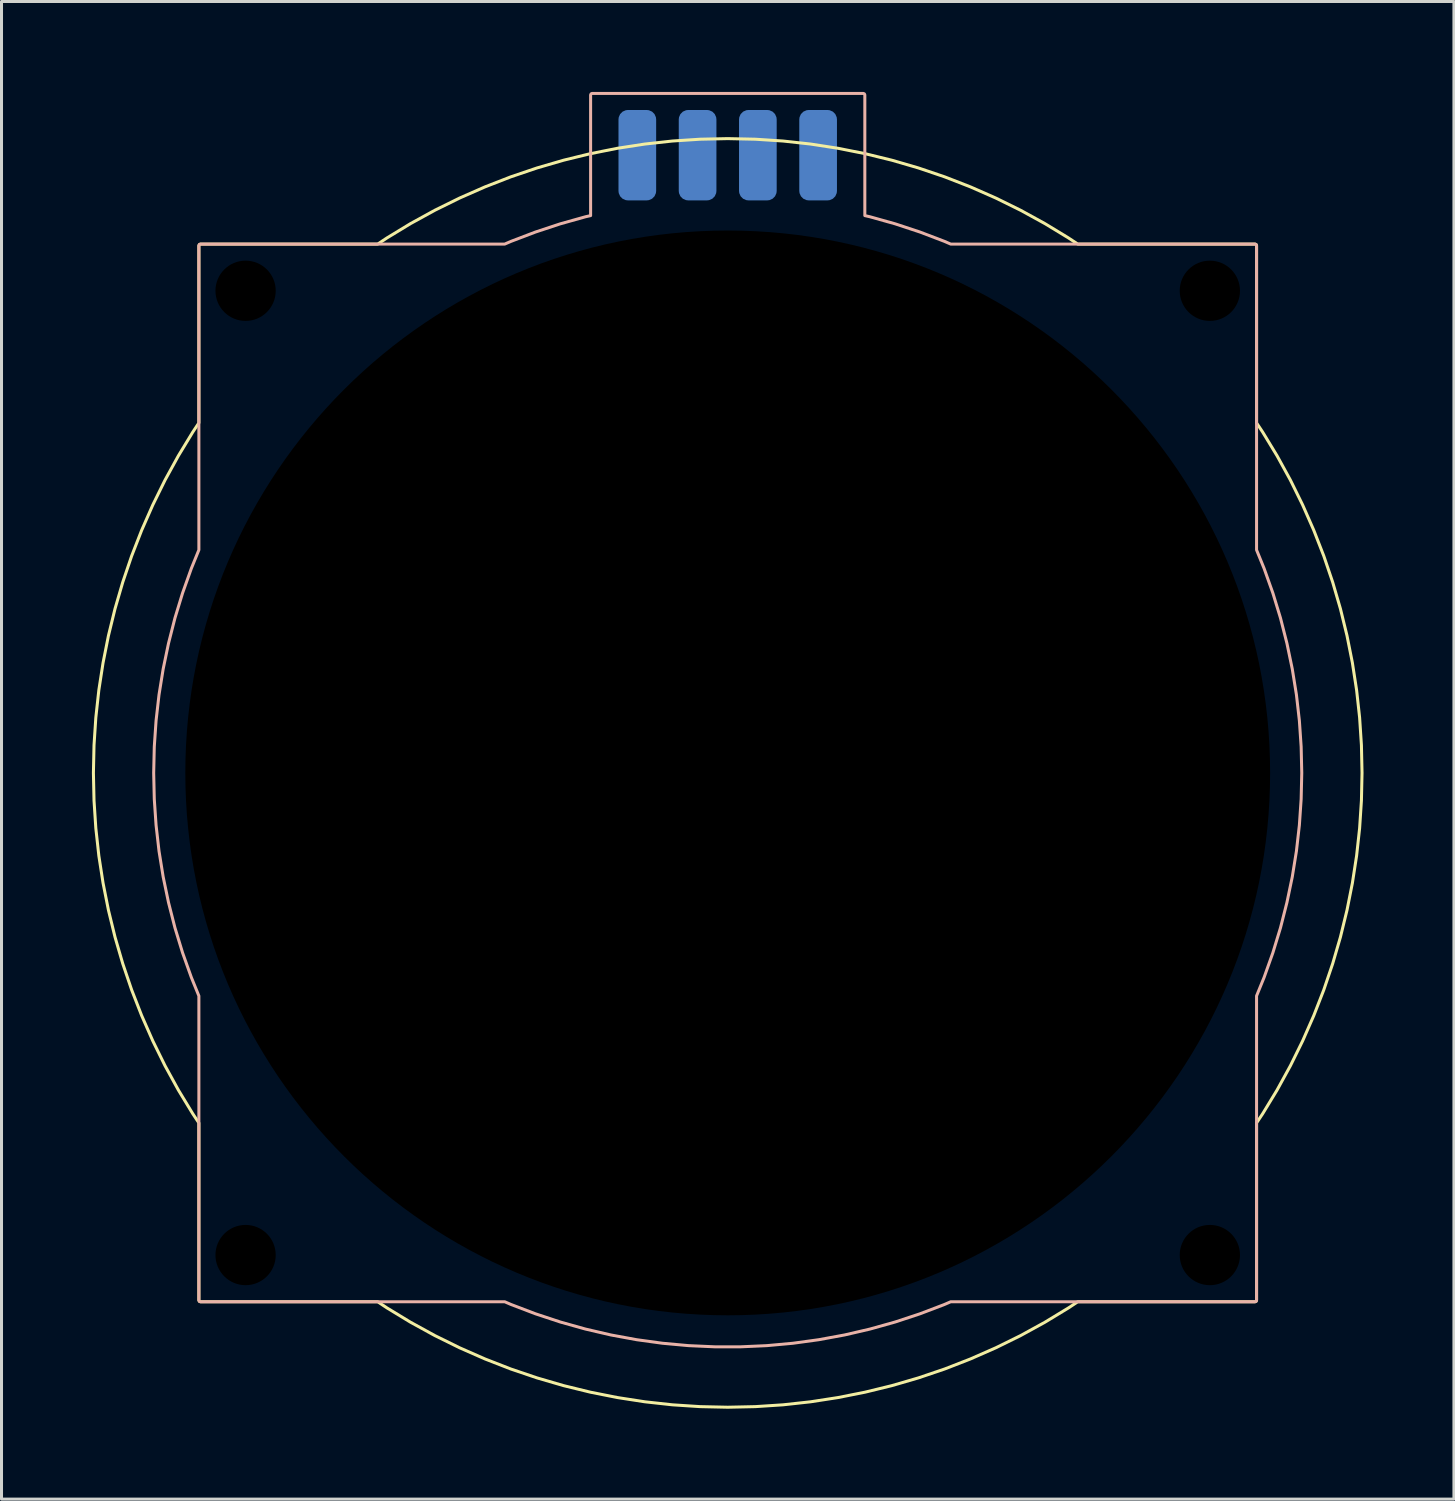
<source format=kicad_pcb>
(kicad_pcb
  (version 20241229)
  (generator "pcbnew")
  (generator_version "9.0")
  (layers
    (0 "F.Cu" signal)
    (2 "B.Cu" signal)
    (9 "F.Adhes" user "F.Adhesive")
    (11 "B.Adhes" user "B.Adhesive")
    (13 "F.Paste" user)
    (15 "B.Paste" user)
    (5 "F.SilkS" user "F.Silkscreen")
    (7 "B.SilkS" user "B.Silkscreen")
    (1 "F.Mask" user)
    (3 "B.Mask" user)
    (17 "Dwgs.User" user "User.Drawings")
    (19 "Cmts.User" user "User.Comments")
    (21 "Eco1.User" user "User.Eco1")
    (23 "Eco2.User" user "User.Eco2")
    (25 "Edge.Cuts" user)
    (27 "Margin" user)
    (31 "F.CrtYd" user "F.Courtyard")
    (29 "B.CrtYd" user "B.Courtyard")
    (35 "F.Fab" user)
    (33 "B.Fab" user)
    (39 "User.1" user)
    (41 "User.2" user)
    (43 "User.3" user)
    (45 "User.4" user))
  (footprint "cirque_40mm"
    (layer "F.Cu")
    (at 21.1 22.6)
    (property "Reference" "cirque_40mm" (at 0 -0.5 0) (unlocked yes) (layer "F.SilkS") (effects (font (size 1 1) (thickness 0.1))))
    (attr smd)
    (fp_poly (pts (xy 0.918 -21.03) (xy 1.835 -20.97) (xy 2.748 -20.87) (xy 3.655 -20.73) (xy 4.556 -20.551) (xy 5.448 -20.333) (xy 6.33 -20.076) (xy 7.2 -19.781) (xy 8.055 -19.448) (xy 8.896 -19.078) (xy 9.72 -18.672) (xy 10.525 -18.23) (xy 11.31 -17.753) (xy 11.615 -17.55) (xy 17.5 -17.55) (xy 17.535 -17.535) (xy 17.55 -17.5) (xy 17.55 -11.615) (xy 17.753 -11.31) (xy 18.23 -10.525) (xy 18.672 -9.72) (xy 19.078 -8.896) (xy 19.448 -8.055) (xy 19.781 -7.2) (xy 20.076 -6.33) (xy 20.333 -5.448) (xy 20.551 -4.556) (xy 20.73 -3.655) (xy 20.87 -2.748) (xy 20.97 -1.835) (xy 21.03 -0.918) (xy 21.05 0) (xy 21.03 0.918) (xy 20.97 1.835) (xy 20.87 2.748) (xy 20.73 3.655) (xy 20.551 4.556) (xy 20.333 5.448) (xy 20.076 6.33) (xy 19.781 7.2) (xy 19.448 8.055) (xy 19.078 8.896) (xy 18.672 9.72) (xy 18.23 10.525) (xy 17.753 11.31) (xy 17.55 11.615) (xy 17.55 17.5) (xy 17.535 17.535) (xy 17.5 17.55) (xy 11.615 17.55) (xy 11.31 17.753) (xy 10.525 18.23) (xy 9.72 18.672) (xy 8.896 19.078) (xy 8.055 19.448) (xy 7.2 19.781) (xy 6.33 20.076) (xy 5.448 20.333) (xy 4.556 20.551) (xy 3.655 20.73) (xy 2.748 20.87) (xy 1.835 20.97) (xy 0.918 21.03) (xy 0 21.05) (xy -0.918 21.03) (xy -1.835 20.97) (xy -2.748 20.87) (xy -3.655 20.73) (xy -4.556 20.551) (xy -5.448 20.333) (xy -6.33 20.076) (xy -7.2 19.781) (xy -8.055 19.448) (xy -8.896 19.078) (xy -9.72 18.672) (xy -10.525 18.23) (xy -11.31 17.753) (xy -11.615 17.55) (xy -17.5 17.55) (xy -17.535 17.535) (xy -17.55 17.5) (xy -17.55 11.615) (xy -17.753 11.31) (xy -18.23 10.525) (xy -18.672 9.72) (xy -19.078 8.896) (xy -19.448 8.055) (xy -19.781 7.2) (xy -20.076 6.33) (xy -20.333 5.448) (xy -20.551 4.556) (xy -20.73 3.655) (xy -20.87 2.748) (xy -20.97 1.835) (xy -21.03 0.918) (xy -21.05 0) (xy -21.03 -0.918) (xy -20.97 -1.835) (xy -20.87 -2.748) (xy -20.73 -3.655) (xy -20.551 -4.556) (xy -20.333 -5.448) (xy -20.076 -6.33) (xy -19.781 -7.2) (xy -19.448 -8.055) (xy -19.078 -8.896) (xy -18.672 -9.72) (xy -18.23 -10.525) (xy -17.753 -11.31) (xy -17.55 -11.615) (xy -17.55 -17.5) (xy -17.535 -17.535) (xy -17.5 -17.55) (xy -11.615 -17.55) (xy -11.31 -17.753) (xy -10.525 -18.23) (xy -9.72 -18.672) (xy -8.896 -19.078) (xy -8.055 -19.448) (xy -7.2 -19.781) (xy -6.33 -20.076) (xy -5.448 -20.333) (xy -4.556 -20.551) (xy -3.655 -20.73) (xy -2.748 -20.87) (xy -1.835 -20.97) (xy -0.918 -21.03) (xy 0 -21.05)) (stroke (width 0.1) (type solid)) (fill no) (layer "F.SilkS"))
    (fp_poly (pts (xy 4.5 -22.55) (xy 4.535 -22.535) (xy 4.55 -22.5) (xy 4.55 -18.495) (xy 4.721 -18.456) (xy 5.556 -18.222) (xy 6.379 -17.95) (xy 7.19 -17.641) (xy 7.4 -17.55) (xy 17.5 -17.55) (xy 17.535 -17.535) (xy 17.55 -17.5) (xy 17.55 -7.4) (xy 17.8 -6.786) (xy 18.091 -5.969) (xy 18.344 -5.14) (xy 18.558 -4.299) (xy 18.735 -3.45) (xy 18.873 -2.594) (xy 18.971 -1.732) (xy 19.03 -0.867) (xy 19.05 0) (xy 19.03 0.867) (xy 18.971 1.732) (xy 18.873 2.594) (xy 18.735 3.45) (xy 18.558 4.299) (xy 18.344 5.14) (xy 18.091 5.969) (xy 17.8 6.786) (xy 17.55 7.4) (xy 17.55 17.5) (xy 17.535 17.535) (xy 17.5 17.55) (xy 7.4 17.55) (xy 7.19 17.641) (xy 6.379 17.95) (xy 5.556 18.222) (xy 4.721 18.456) (xy 3.876 18.652) (xy 3.023 18.809) (xy 2.164 18.927) (xy 1.3 19.006) (xy 0.434 19.045) (xy -0.434 19.045) (xy -1.3 19.006) (xy -2.164 18.927) (xy -3.023 18.809) (xy -3.876 18.652) (xy -4.721 18.456) (xy -5.556 18.222) (xy -6.379 17.95) (xy -7.19 17.641) (xy -7.4 17.55) (xy -17.5 17.55) (xy -17.535 17.535) (xy -17.55 17.5) (xy -17.55 7.4) (xy -17.8 6.786) (xy -18.091 5.969) (xy -18.344 5.14) (xy -18.558 4.299) (xy -18.735 3.45) (xy -18.873 2.594) (xy -18.971 1.732) (xy -19.03 0.867) (xy -19.05 0) (xy -19.03 -0.867) (xy -18.971 -1.732) (xy -18.873 -2.594) (xy -18.735 -3.45) (xy -18.558 -4.299) (xy -18.344 -5.14) (xy -18.091 -5.969) (xy -17.8 -6.786) (xy -17.55 -7.4) (xy -17.55 -17.5) (xy -17.535 -17.535) (xy -17.5 -17.55) (xy -7.4 -17.55) (xy -7.19 -17.641) (xy -6.379 -17.95) (xy -5.556 -18.222) (xy -4.721 -18.456) (xy -4.55 -18.495) (xy -4.55 -22.5) (xy -4.535 -22.535) (xy -4.5 -22.55)) (stroke (width 0.1) (type solid)) (fill no) (layer "B.SilkS"))
    (pad "" np_thru_hole circle (at -16 -16) (size 2 2) (drill 2) (layers "*.Mask"))
    (pad "" np_thru_hole circle (at -16 16) (size 2 2) (drill 2) (layers "*.Mask"))
    (pad "" np_thru_hole circle (at 0 0) (size 36 36) (drill 36) (layers "*.Mask"))
    (pad "" np_thru_hole circle (at 16 -16) (size 2 2) (drill 2) (layers "*.Mask"))
    (pad "" np_thru_hole circle (at 16 16) (size 2 2) (drill 2) (layers "*.Mask"))
    (pad "1" smd roundrect (at 3 -20.5) (size 1.25 3) (layers "B.Cu" "B.Mask" "B.Paste") (roundrect_rratio 0.25))
    (pad "2" smd roundrect (at -1 -20.5) (size 1.25 3) (layers "B.Cu" "B.Mask" "B.Paste") (roundrect_rratio 0.25))
    (pad "3" smd roundrect (at 1 -20.5) (size 1.25 3) (layers "B.Cu" "B.Mask" "B.Paste") (roundrect_rratio 0.25))
    (pad "4" smd roundrect (at -3 -20.5) (size 1.25 3) (layers "B.Cu" "B.Mask" "B.Paste") (roundrect_rratio 0.25)))
  (gr_rect
    (start -3 -3)
    (end 45.2 46.7)
    (stroke (width 0.1) (type default))
    (fill no)
    (layer "Edge.Cuts")))
</source>
